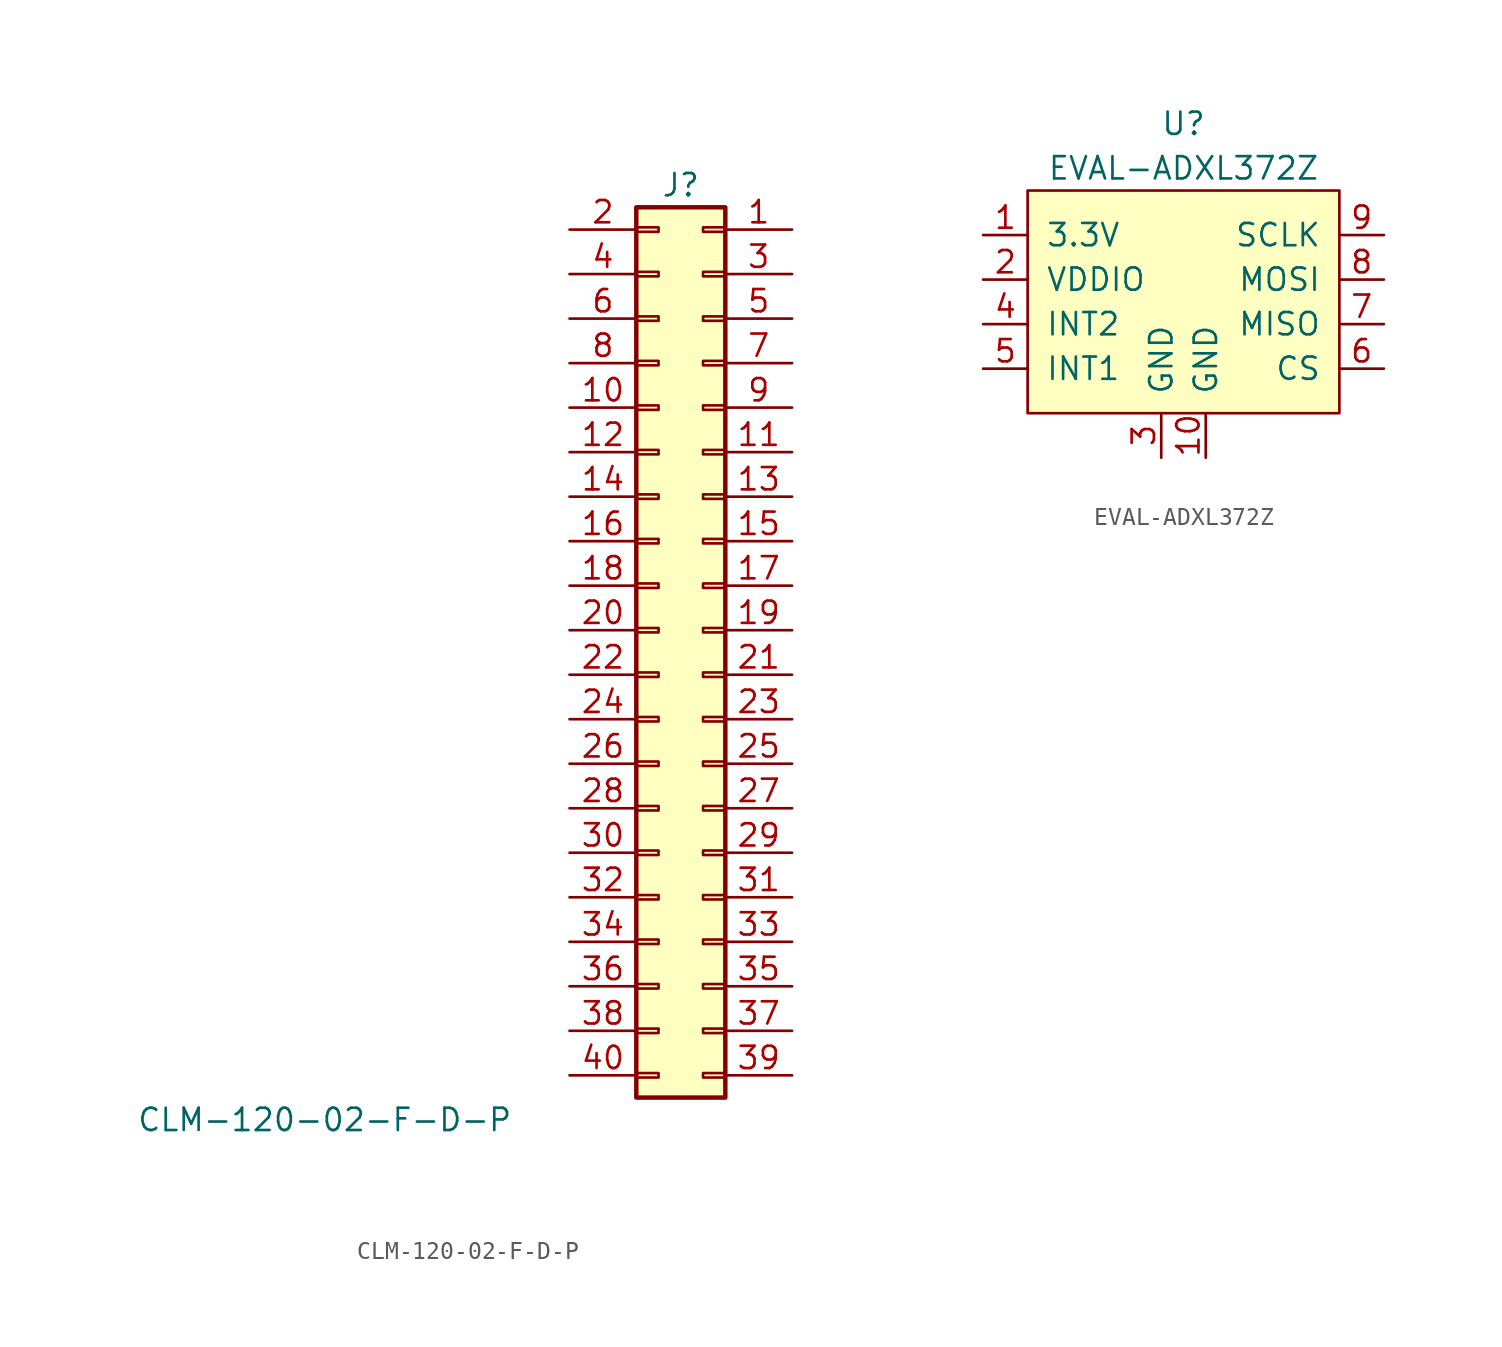
<source format=kicad_sym>
(kicad_symbol_lib
  (version 20211014)
  (generator kicad_symbol_editor)
  (symbol "CLM-120-02-F-D-P"
    (pin_names
      (offset 1.016) hide)
    (property "Reference" "J"
      (at 1.27 25.4 0)
      (effects (font (size 1.27 1.27))))
    (property "Value" "CLM-120-02-F-D-P"
      (at -19.05 -27.94 0)
      (effects (font (size 1.27 1.27))))
    (symbol "CLM-120-02-F-D-P_1_1"
      (rectangle (start -1.27 -25.273) (end 0 -25.527) (stroke (width 0.152) (type default) (color 0 0 0 0)) (fill (type none)))
      (rectangle (start -1.27 -22.733) (end 0 -22.987) (stroke (width 0.152) (type default) (color 0 0 0 0)) (fill (type none)))
      (rectangle (start -1.27 -20.193) (end 0 -20.447) (stroke (width 0.152) (type default) (color 0 0 0 0)) (fill (type none)))
      (rectangle (start -1.27 -17.653) (end 0 -17.907) (stroke (width 0.152) (type default) (color 0 0 0 0)) (fill (type none)))
      (rectangle (start -1.27 -15.113) (end 0 -15.367) (stroke (width 0.152) (type default) (color 0 0 0 0)) (fill (type none)))
      (rectangle (start -1.27 -12.573) (end 0 -12.827) (stroke (width 0.152) (type default) (color 0 0 0 0)) (fill (type none)))
      (rectangle (start -1.27 -10.033) (end 0 -10.287) (stroke (width 0.152) (type default) (color 0 0 0 0)) (fill (type none)))
      (rectangle (start -1.27 -7.493) (end 0 -7.747) (stroke (width 0.152) (type default) (color 0 0 0 0)) (fill (type none)))
      (rectangle (start -1.27 -4.953) (end 0 -5.207) (stroke (width 0.152) (type default) (color 0 0 0 0)) (fill (type none)))
      (rectangle (start -1.27 -2.413) (end 0 -2.667) (stroke (width 0.152) (type default) (color 0 0 0 0)) (fill (type none)))
      (rectangle (start -1.27 0.127) (end 0 -0.127) (stroke (width 0.152) (type default) (color 0 0 0 0)) (fill (type none)))
      (rectangle (start -1.27 2.667) (end 0 2.413) (stroke (width 0.152) (type default) (color 0 0 0 0)) (fill (type none)))
      (rectangle (start -1.27 5.207) (end 0 4.953) (stroke (width 0.152) (type default) (color 0 0 0 0)) (fill (type none)))
      (rectangle (start -1.27 7.747) (end 0 7.493) (stroke (width 0.152) (type default) (color 0 0 0 0)) (fill (type none)))
      (rectangle (start -1.27 10.287) (end 0 10.033) (stroke (width 0.152) (type default) (color 0 0 0 0)) (fill (type none)))
      (rectangle (start -1.27 12.827) (end 0 12.573) (stroke (width 0.152) (type default) (color 0 0 0 0)) (fill (type none)))
      (rectangle (start -1.27 15.367) (end 0 15.113) (stroke (width 0.152) (type default) (color 0 0 0 0)) (fill (type none)))
      (rectangle (start -1.27 17.907) (end 0 17.653) (stroke (width 0.152) (type default) (color 0 0 0 0)) (fill (type none)))
      (rectangle (start -1.27 20.447) (end 0 20.193) (stroke (width 0.152) (type default) (color 0 0 0 0)) (fill (type none)))
      (rectangle (start -1.27 22.987) (end 0 22.733) (stroke (width 0.152) (type default) (color 0 0 0 0)) (fill (type none)))
      (rectangle (start -1.27 24.13) (end 3.81 -26.67) (stroke (width 0.254) (type default) (color 0 0 0 0)) (fill (type background)))
      (rectangle (start 3.81 -25.273) (end 2.54 -25.527) (stroke (width 0.152) (type default) (color 0 0 0 0)) (fill (type none)))
      (rectangle (start 3.81 -22.733) (end 2.54 -22.987) (stroke (width 0.152) (type default) (color 0 0 0 0)) (fill (type none)))
      (rectangle (start 3.81 -20.193) (end 2.54 -20.447) (stroke (width 0.152) (type default) (color 0 0 0 0)) (fill (type none)))
      (rectangle (start 3.81 -17.653) (end 2.54 -17.907) (stroke (width 0.152) (type default) (color 0 0 0 0)) (fill (type none)))
      (rectangle (start 3.81 -15.113) (end 2.54 -15.367) (stroke (width 0.152) (type default) (color 0 0 0 0)) (fill (type none)))
      (rectangle (start 3.81 -12.573) (end 2.54 -12.827) (stroke (width 0.152) (type default) (color 0 0 0 0)) (fill (type none)))
      (rectangle (start 3.81 -10.033) (end 2.54 -10.287) (stroke (width 0.152) (type default) (color 0 0 0 0)) (fill (type none)))
      (rectangle (start 3.81 -7.493) (end 2.54 -7.747) (stroke (width 0.152) (type default) (color 0 0 0 0)) (fill (type none)))
      (rectangle (start 3.81 -4.953) (end 2.54 -5.207) (stroke (width 0.152) (type default) (color 0 0 0 0)) (fill (type none)))
      (rectangle (start 3.81 -2.413) (end 2.54 -2.667) (stroke (width 0.152) (type default) (color 0 0 0 0)) (fill (type none)))
      (rectangle (start 3.81 0.127) (end 2.54 -0.127) (stroke (width 0.152) (type default) (color 0 0 0 0)) (fill (type none)))
      (rectangle (start 3.81 2.667) (end 2.54 2.413) (stroke (width 0.152) (type default) (color 0 0 0 0)) (fill (type none)))
      (rectangle (start 3.81 5.207) (end 2.54 4.953) (stroke (width 0.152) (type default) (color 0 0 0 0)) (fill (type none)))
      (rectangle (start 3.81 7.747) (end 2.54 7.493) (stroke (width 0.152) (type default) (color 0 0 0 0)) (fill (type none)))
      (rectangle (start 3.81 10.287) (end 2.54 10.033) (stroke (width 0.152) (type default) (color 0 0 0 0)) (fill (type none)))
      (rectangle (start 3.81 12.827) (end 2.54 12.573) (stroke (width 0.152) (type default) (color 0 0 0 0)) (fill (type none)))
      (rectangle (start 3.81 15.367) (end 2.54 15.113) (stroke (width 0.152) (type default) (color 0 0 0 0)) (fill (type none)))
      (rectangle (start 3.81 17.907) (end 2.54 17.653) (stroke (width 0.152) (type default) (color 0 0 0 0)) (fill (type none)))
      (rectangle (start 3.81 20.447) (end 2.54 20.193) (stroke (width 0.152) (type default) (color 0 0 0 0)) (fill (type none)))
      (rectangle (start 3.81 22.987) (end 2.54 22.733) (stroke (width 0.152) (type default) (color 0 0 0 0)) (fill (type none)))
      (pin passive line (at 7.62 22.86 180) (length 3.81) (name "Pin_1" (effects (font (size 1.27 1.27)))) (number "1" (effects (font (size 1.27 1.27)))))
      (pin passive line (at -5.08 12.7 0) (length 3.81) (name "Pin_10" (effects (font (size 1.27 1.27)))) (number "10" (effects (font (size 1.27 1.27)))))
      (pin passive line (at 7.62 10.16 180) (length 3.81) (name "Pin_11" (effects (font (size 1.27 1.27)))) (number "11" (effects (font (size 1.27 1.27)))))
      (pin passive line (at -5.08 10.16 0) (length 3.81) (name "Pin_12" (effects (font (size 1.27 1.27)))) (number "12" (effects (font (size 1.27 1.27)))))
      (pin passive line (at 7.62 7.62 180) (length 3.81) (name "Pin_13" (effects (font (size 1.27 1.27)))) (number "13" (effects (font (size 1.27 1.27)))))
      (pin passive line (at -5.08 7.62 0) (length 3.81) (name "Pin_14" (effects (font (size 1.27 1.27)))) (number "14" (effects (font (size 1.27 1.27)))))
      (pin passive line (at 7.62 5.08 180) (length 3.81) (name "Pin_15" (effects (font (size 1.27 1.27)))) (number "15" (effects (font (size 1.27 1.27)))))
      (pin passive line (at -5.08 5.08 0) (length 3.81) (name "Pin_16" (effects (font (size 1.27 1.27)))) (number "16" (effects (font (size 1.27 1.27)))))
      (pin passive line (at 7.62 2.54 180) (length 3.81) (name "Pin_17" (effects (font (size 1.27 1.27)))) (number "17" (effects (font (size 1.27 1.27)))))
      (pin passive line (at -5.08 2.54 0) (length 3.81) (name "Pin_18" (effects (font (size 1.27 1.27)))) (number "18" (effects (font (size 1.27 1.27)))))
      (pin passive line (at 7.62 0 180) (length 3.81) (name "Pin_19" (effects (font (size 1.27 1.27)))) (number "19" (effects (font (size 1.27 1.27)))))
      (pin passive line (at -5.08 22.86 0) (length 3.81) (name "Pin_2" (effects (font (size 1.27 1.27)))) (number "2" (effects (font (size 1.27 1.27)))))
      (pin passive line (at -5.08 0 0) (length 3.81) (name "Pin_20" (effects (font (size 1.27 1.27)))) (number "20" (effects (font (size 1.27 1.27)))))
      (pin passive line (at 7.62 -2.54 180) (length 3.81) (name "Pin_21" (effects (font (size 1.27 1.27)))) (number "21" (effects (font (size 1.27 1.27)))))
      (pin passive line (at -5.08 -2.54 0) (length 3.81) (name "Pin_22" (effects (font (size 1.27 1.27)))) (number "22" (effects (font (size 1.27 1.27)))))
      (pin passive line (at 7.62 -5.08 180) (length 3.81) (name "Pin_23" (effects (font (size 1.27 1.27)))) (number "23" (effects (font (size 1.27 1.27)))))
      (pin passive line (at -5.08 -5.08 0) (length 3.81) (name "Pin_24" (effects (font (size 1.27 1.27)))) (number "24" (effects (font (size 1.27 1.27)))))
      (pin passive line (at 7.62 -7.62 180) (length 3.81) (name "Pin_25" (effects (font (size 1.27 1.27)))) (number "25" (effects (font (size 1.27 1.27)))))
      (pin passive line (at -5.08 -7.62 0) (length 3.81) (name "Pin_26" (effects (font (size 1.27 1.27)))) (number "26" (effects (font (size 1.27 1.27)))))
      (pin passive line (at 7.62 -10.16 180) (length 3.81) (name "Pin_27" (effects (font (size 1.27 1.27)))) (number "27" (effects (font (size 1.27 1.27)))))
      (pin passive line (at -5.08 -10.16 0) (length 3.81) (name "Pin_28" (effects (font (size 1.27 1.27)))) (number "28" (effects (font (size 1.27 1.27)))))
      (pin passive line (at 7.62 -12.7 180) (length 3.81) (name "Pin_29" (effects (font (size 1.27 1.27)))) (number "29" (effects (font (size 1.27 1.27)))))
      (pin passive line (at 7.62 20.32 180) (length 3.81) (name "Pin_3" (effects (font (size 1.27 1.27)))) (number "3" (effects (font (size 1.27 1.27)))))
      (pin passive line (at -5.08 -12.7 0) (length 3.81) (name "Pin_30" (effects (font (size 1.27 1.27)))) (number "30" (effects (font (size 1.27 1.27)))))
      (pin passive line (at 7.62 -15.24 180) (length 3.81) (name "Pin_31" (effects (font (size 1.27 1.27)))) (number "31" (effects (font (size 1.27 1.27)))))
      (pin passive line (at -5.08 -15.24 0) (length 3.81) (name "Pin_32" (effects (font (size 1.27 1.27)))) (number "32" (effects (font (size 1.27 1.27)))))
      (pin passive line (at 7.62 -17.78 180) (length 3.81) (name "Pin_33" (effects (font (size 1.27 1.27)))) (number "33" (effects (font (size 1.27 1.27)))))
      (pin passive line (at -5.08 -17.78 0) (length 3.81) (name "Pin_34" (effects (font (size 1.27 1.27)))) (number "34" (effects (font (size 1.27 1.27)))))
      (pin passive line (at 7.62 -20.32 180) (length 3.81) (name "Pin_35" (effects (font (size 1.27 1.27)))) (number "35" (effects (font (size 1.27 1.27)))))
      (pin passive line (at -5.08 -20.32 0) (length 3.81) (name "Pin_36" (effects (font (size 1.27 1.27)))) (number "36" (effects (font (size 1.27 1.27)))))
      (pin passive line (at 7.62 -22.86 180) (length 3.81) (name "Pin_37" (effects (font (size 1.27 1.27)))) (number "37" (effects (font (size 1.27 1.27)))))
      (pin passive line (at -5.08 -22.86 0) (length 3.81) (name "Pin_38" (effects (font (size 1.27 1.27)))) (number "38" (effects (font (size 1.27 1.27)))))
      (pin passive line (at 7.62 -25.4 180) (length 3.81) (name "Pin_39" (effects (font (size 1.27 1.27)))) (number "39" (effects (font (size 1.27 1.27)))))
      (pin passive line (at -5.08 20.32 0) (length 3.81) (name "Pin_4" (effects (font (size 1.27 1.27)))) (number "4" (effects (font (size 1.27 1.27)))))
      (pin passive line (at -5.08 -25.4 0) (length 3.81) (name "Pin_40" (effects (font (size 1.27 1.27)))) (number "40" (effects (font (size 1.27 1.27)))))
      (pin passive line (at 7.62 17.78 180) (length 3.81) (name "Pin_5" (effects (font (size 1.27 1.27)))) (number "5" (effects (font (size 1.27 1.27)))))
      (pin passive line (at -5.08 17.78 0) (length 3.81) (name "Pin_6" (effects (font (size 1.27 1.27)))) (number "6" (effects (font (size 1.27 1.27)))))
      (pin passive line (at 7.62 15.24 180) (length 3.81) (name "Pin_7" (effects (font (size 1.27 1.27)))) (number "7" (effects (font (size 1.27 1.27)))))
      (pin passive line (at -5.08 15.24 0) (length 3.81) (name "Pin_8" (effects (font (size 1.27 1.27)))) (number "8" (effects (font (size 1.27 1.27)))))
      (pin passive line (at 7.62 12.7 180) (length 3.81) (name "Pin_9" (effects (font (size 1.27 1.27)))) (number "9" (effects (font (size 1.27 1.27)))))))
  (symbol "EVAL-ADXL372Z"
    (pin_names
      (offset 1.016))
    (property "Reference" "U"
      (at 0 10.16 0)
      (effects (font (size 1.27 1.27))))
    (property "Value" "EVAL-ADXL372Z"
      (at 0 7.62 0)
      (effects (font (size 1.27 1.27))))
    (symbol "EVAL-ADXL372Z_0_1"
      (rectangle (start -8.89 6.35) (end 8.89 -6.35) (stroke (width 0) (type default) (color 0 0 0 0)) (fill (type background))))
    (symbol "EVAL-ADXL372Z_1_1"
      (pin power_in line (at -11.43 3.81 0) (length 2.54) (name "3.3V" (effects (font (size 1.27 1.27)))) (number "1" (effects (font (size 1.27 1.27)))))
      (pin power_in line (at 1.27 -8.89 90) (length 2.54) (name "GND" (effects (font (size 1.27 1.27)))) (number "10" (effects (font (size 1.27 1.27)))))
      (pin power_in line (at -11.43 1.27 0) (length 2.54) (name "VDDIO" (effects (font (size 1.27 1.27)))) (number "2" (effects (font (size 1.27 1.27)))))
      (pin power_in line (at -1.27 -8.89 90) (length 2.54) (name "GND" (effects (font (size 1.27 1.27)))) (number "3" (effects (font (size 1.27 1.27)))))
      (pin output line (at -11.43 -1.27 0) (length 2.54) (name "INT2" (effects (font (size 1.27 1.27)))) (number "4" (effects (font (size 1.27 1.27)))))
      (pin output line (at -11.43 -3.81 0) (length 2.54) (name "INT1" (effects (font (size 1.27 1.27)))) (number "5" (effects (font (size 1.27 1.27)))))
      (pin input line (at 11.43 -3.81 180) (length 2.54) (name "CS" (effects (font (size 1.27 1.27)))) (number "6" (effects (font (size 1.27 1.27)))))
      (pin bidirectional line (at 11.43 -1.27 180) (length 2.54) (name "MISO" (effects (font (size 1.27 1.27)))) (number "7" (effects (font (size 1.27 1.27)))))
      (pin input line (at 11.43 1.27 180) (length 2.54) (name "MOSI" (effects (font (size 1.27 1.27)))) (number "8" (effects (font (size 1.27 1.27)))))
      (pin input line (at 11.43 3.81 180) (length 2.54) (name "SCLK" (effects (font (size 1.27 1.27)))) (number "9" (effects (font (size 1.27 1.27))))))))
</source>
